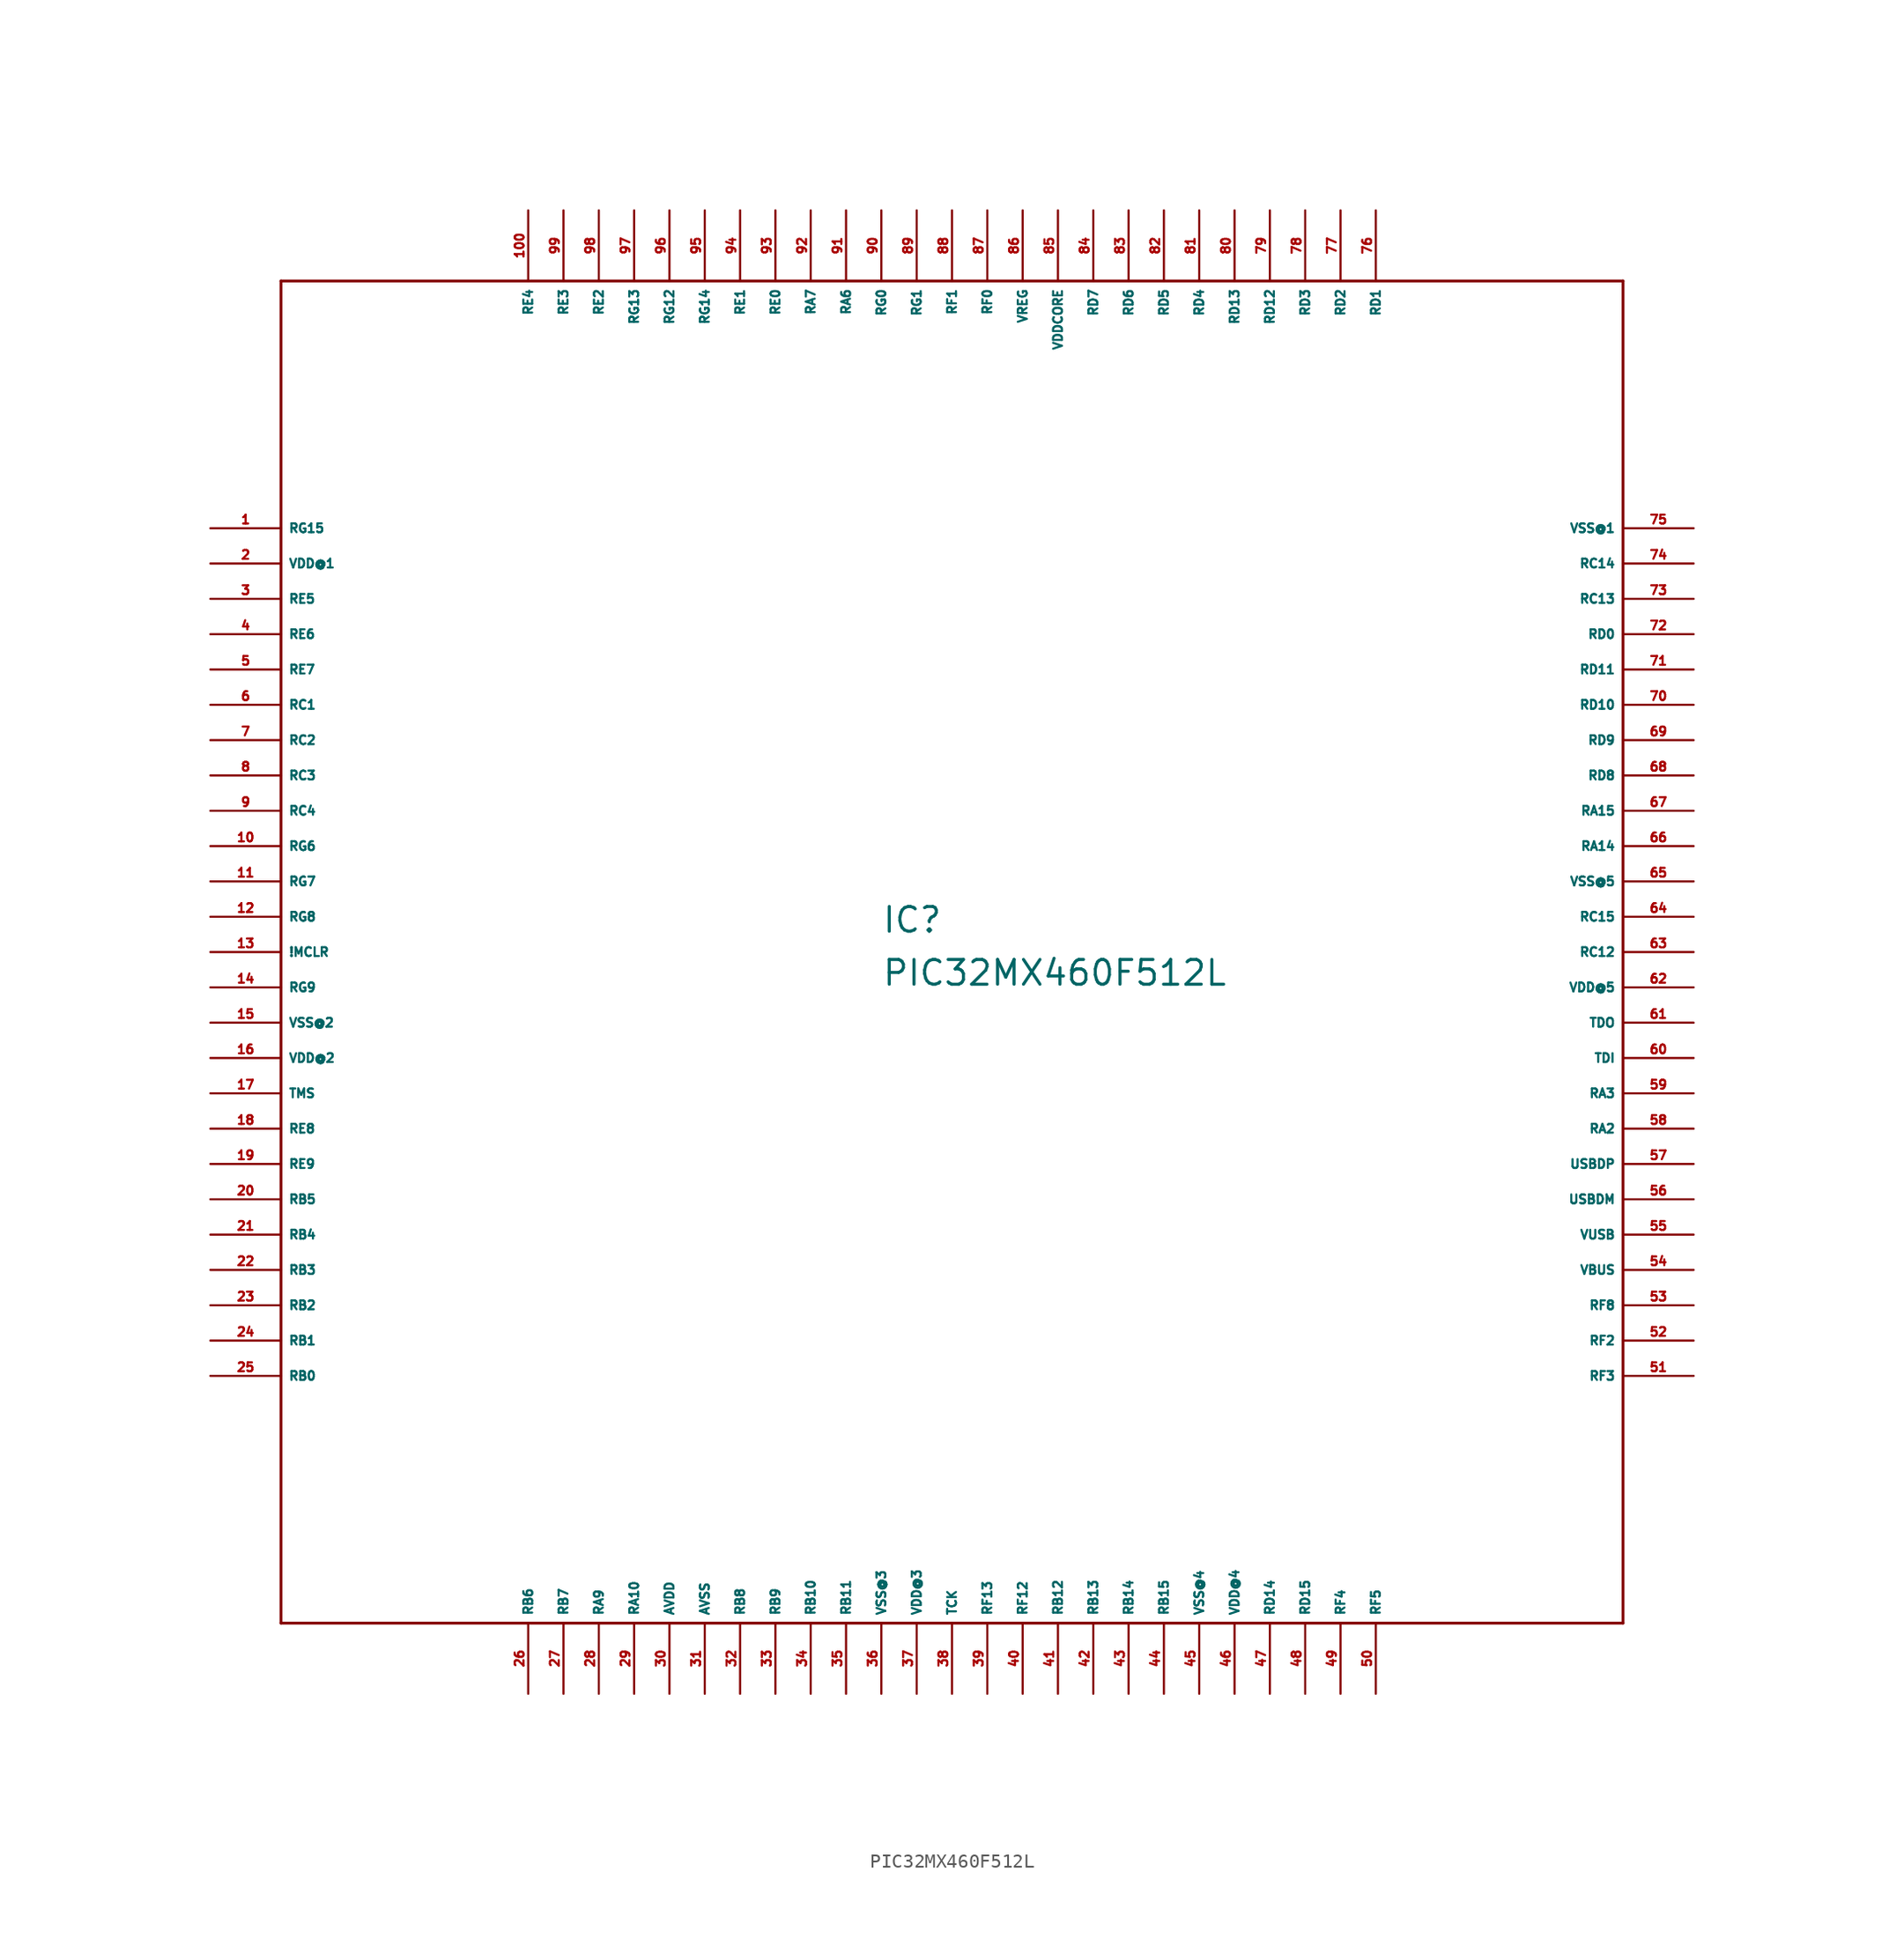
<source format=kicad_sym>
(kicad_symbol_lib
  (version 20220914)
  (generator Eagle2Kicad)
  (symbol "PIC32MX460F512L"
    (property "Reference" "IC"
      (at -5.08 1.27 0)
      (effects (font (size 1.778 1.778) (thickness 0.22)) (justify left bottom)))
    (property "Value" "PIC32MX460F512L"
      (at -5.08 -2.54 0)
      (effects (font (size 1.778 1.778) (thickness 0.22)) (justify left bottom)))
    (polyline
      (pts (xy -48.26 -48.26) (xy 48.26 -48.26))
      (stroke (width 0.203) (type default))
      (fill (type none)))
    (polyline
      (pts (xy 48.26 -48.26) (xy 48.26 48.26))
      (stroke (width 0.203) (type default))
      (fill (type none)))
    (polyline
      (pts (xy 48.26 48.26) (xy -48.26 48.26))
      (stroke (width 0.203) (type default))
      (fill (type none)))
    (polyline
      (pts (xy -48.26 48.26) (xy -48.26 -48.26))
      (stroke (width 0.203) (type default))
      (fill (type none)))
    (pin bidirectional line
      (at -53.34 30.48 0)
      (length 5.08)
      (name "RG15" (effects (font (size 0.635 0.635) (thickness 0.08)) (justify left bottom)))
      (number "1" (effects (font (size 0.635 0.635) (thickness 0.08)) (justify left bottom))))
    (pin unspecified line
      (at -53.34 27.94 0)
      (length 5.08)
      (name "VDD@1" (effects (font (size 0.635 0.635) (thickness 0.08)) (justify left bottom)))
      (number "2" (effects (font (size 0.635 0.635) (thickness 0.08)) (justify left bottom))))
    (pin bidirectional line
      (at -53.34 25.4 0)
      (length 5.08)
      (name "RE5" (effects (font (size 0.635 0.635) (thickness 0.08)) (justify left bottom)))
      (number "3" (effects (font (size 0.635 0.635) (thickness 0.08)) (justify left bottom))))
    (pin bidirectional line
      (at -53.34 22.86 0)
      (length 5.08)
      (name "RE6" (effects (font (size 0.635 0.635) (thickness 0.08)) (justify left bottom)))
      (number "4" (effects (font (size 0.635 0.635) (thickness 0.08)) (justify left bottom))))
    (pin bidirectional line
      (at -53.34 20.32 0)
      (length 5.08)
      (name "RE7" (effects (font (size 0.635 0.635) (thickness 0.08)) (justify left bottom)))
      (number "5" (effects (font (size 0.635 0.635) (thickness 0.08)) (justify left bottom))))
    (pin bidirectional line
      (at -53.34 17.78 0)
      (length 5.08)
      (name "RC1" (effects (font (size 0.635 0.635) (thickness 0.08)) (justify left bottom)))
      (number "6" (effects (font (size 0.635 0.635) (thickness 0.08)) (justify left bottom))))
    (pin bidirectional line
      (at -53.34 15.24 0)
      (length 5.08)
      (name "RC2" (effects (font (size 0.635 0.635) (thickness 0.08)) (justify left bottom)))
      (number "7" (effects (font (size 0.635 0.635) (thickness 0.08)) (justify left bottom))))
    (pin bidirectional line
      (at -53.34 12.7 0)
      (length 5.08)
      (name "RC3" (effects (font (size 0.635 0.635) (thickness 0.08)) (justify left bottom)))
      (number "8" (effects (font (size 0.635 0.635) (thickness 0.08)) (justify left bottom))))
    (pin bidirectional line
      (at -53.34 10.16 0)
      (length 5.08)
      (name "RC4" (effects (font (size 0.635 0.635) (thickness 0.08)) (justify left bottom)))
      (number "9" (effects (font (size 0.635 0.635) (thickness 0.08)) (justify left bottom))))
    (pin bidirectional line
      (at -53.34 7.62 0)
      (length 5.08)
      (name "RG6" (effects (font (size 0.635 0.635) (thickness 0.08)) (justify left bottom)))
      (number "10" (effects (font (size 0.635 0.635) (thickness 0.08)) (justify left bottom))))
    (pin bidirectional line
      (at -53.34 5.08 0)
      (length 5.08)
      (name "RG7" (effects (font (size 0.635 0.635) (thickness 0.08)) (justify left bottom)))
      (number "11" (effects (font (size 0.635 0.635) (thickness 0.08)) (justify left bottom))))
    (pin bidirectional line
      (at -53.34 2.54 0)
      (length 5.08)
      (name "RG8" (effects (font (size 0.635 0.635) (thickness 0.08)) (justify left bottom)))
      (number "12" (effects (font (size 0.635 0.635) (thickness 0.08)) (justify left bottom))))
    (pin input line
      (at -53.34 0 0)
      (length 5.08)
      (name "!MCLR" (effects (font (size 0.635 0.635) (thickness 0.08)) (justify left bottom)))
      (number "13" (effects (font (size 0.635 0.635) (thickness 0.08)) (justify left bottom))))
    (pin bidirectional line
      (at -53.34 -2.54 0)
      (length 5.08)
      (name "RG9" (effects (font (size 0.635 0.635) (thickness 0.08)) (justify left bottom)))
      (number "14" (effects (font (size 0.635 0.635) (thickness 0.08)) (justify left bottom))))
    (pin unspecified line
      (at -53.34 -5.08 0)
      (length 5.08)
      (name "VSS@2" (effects (font (size 0.635 0.635) (thickness 0.08)) (justify left bottom)))
      (number "15" (effects (font (size 0.635 0.635) (thickness 0.08)) (justify left bottom))))
    (pin unspecified line
      (at -53.34 -7.62 0)
      (length 5.08)
      (name "VDD@2" (effects (font (size 0.635 0.635) (thickness 0.08)) (justify left bottom)))
      (number "16" (effects (font (size 0.635 0.635) (thickness 0.08)) (justify left bottom))))
    (pin input line
      (at -53.34 -10.16 0)
      (length 5.08)
      (name "TMS" (effects (font (size 0.635 0.635) (thickness 0.08)) (justify left bottom)))
      (number "17" (effects (font (size 0.635 0.635) (thickness 0.08)) (justify left bottom))))
    (pin bidirectional line
      (at -53.34 -12.7 0)
      (length 5.08)
      (name "RE8" (effects (font (size 0.635 0.635) (thickness 0.08)) (justify left bottom)))
      (number "18" (effects (font (size 0.635 0.635) (thickness 0.08)) (justify left bottom))))
    (pin bidirectional line
      (at -53.34 -15.24 0)
      (length 5.08)
      (name "RE9" (effects (font (size 0.635 0.635) (thickness 0.08)) (justify left bottom)))
      (number "19" (effects (font (size 0.635 0.635) (thickness 0.08)) (justify left bottom))))
    (pin bidirectional line
      (at -53.34 -17.78 0)
      (length 5.08)
      (name "RB5" (effects (font (size 0.635 0.635) (thickness 0.08)) (justify left bottom)))
      (number "20" (effects (font (size 0.635 0.635) (thickness 0.08)) (justify left bottom))))
    (pin bidirectional line
      (at -53.34 -20.32 0)
      (length 5.08)
      (name "RB4" (effects (font (size 0.635 0.635) (thickness 0.08)) (justify left bottom)))
      (number "21" (effects (font (size 0.635 0.635) (thickness 0.08)) (justify left bottom))))
    (pin bidirectional line
      (at -53.34 -22.86 0)
      (length 5.08)
      (name "RB3" (effects (font (size 0.635 0.635) (thickness 0.08)) (justify left bottom)))
      (number "22" (effects (font (size 0.635 0.635) (thickness 0.08)) (justify left bottom))))
    (pin bidirectional line
      (at -53.34 -25.4 0)
      (length 5.08)
      (name "RB2" (effects (font (size 0.635 0.635) (thickness 0.08)) (justify left bottom)))
      (number "23" (effects (font (size 0.635 0.635) (thickness 0.08)) (justify left bottom))))
    (pin bidirectional line
      (at -53.34 -27.94 0)
      (length 5.08)
      (name "RB1" (effects (font (size 0.635 0.635) (thickness 0.08)) (justify left bottom)))
      (number "24" (effects (font (size 0.635 0.635) (thickness 0.08)) (justify left bottom))))
    (pin bidirectional line
      (at -53.34 -30.48 0)
      (length 5.08)
      (name "RB0" (effects (font (size 0.635 0.635) (thickness 0.08)) (justify left bottom)))
      (number "25" (effects (font (size 0.635 0.635) (thickness 0.08)) (justify left bottom))))
    (pin bidirectional line
      (at -30.48 -53.34 90)
      (length 5.08)
      (name "RB6" (effects (font (size 0.635 0.635) (thickness 0.08)) (justify left bottom)))
      (number "26" (effects (font (size 0.635 0.635) (thickness 0.08)) (justify left bottom))))
    (pin bidirectional line
      (at -27.94 -53.34 90)
      (length 5.08)
      (name "RB7" (effects (font (size 0.635 0.635) (thickness 0.08)) (justify left bottom)))
      (number "27" (effects (font (size 0.635 0.635) (thickness 0.08)) (justify left bottom))))
    (pin bidirectional line
      (at -25.4 -53.34 90)
      (length 5.08)
      (name "RA9" (effects (font (size 0.635 0.635) (thickness 0.08)) (justify left bottom)))
      (number "28" (effects (font (size 0.635 0.635) (thickness 0.08)) (justify left bottom))))
    (pin bidirectional line
      (at -22.86 -53.34 90)
      (length 5.08)
      (name "RA10" (effects (font (size 0.635 0.635) (thickness 0.08)) (justify left bottom)))
      (number "29" (effects (font (size 0.635 0.635) (thickness 0.08)) (justify left bottom))))
    (pin unspecified line
      (at -20.32 -53.34 90)
      (length 5.08)
      (name "AVDD" (effects (font (size 0.635 0.635) (thickness 0.08)) (justify left bottom)))
      (number "30" (effects (font (size 0.635 0.635) (thickness 0.08)) (justify left bottom))))
    (pin unspecified line
      (at -17.78 -53.34 90)
      (length 5.08)
      (name "AVSS" (effects (font (size 0.635 0.635) (thickness 0.08)) (justify left bottom)))
      (number "31" (effects (font (size 0.635 0.635) (thickness 0.08)) (justify left bottom))))
    (pin bidirectional line
      (at -15.24 -53.34 90)
      (length 5.08)
      (name "RB8" (effects (font (size 0.635 0.635) (thickness 0.08)) (justify left bottom)))
      (number "32" (effects (font (size 0.635 0.635) (thickness 0.08)) (justify left bottom))))
    (pin bidirectional line
      (at -12.7 -53.34 90)
      (length 5.08)
      (name "RB9" (effects (font (size 0.635 0.635) (thickness 0.08)) (justify left bottom)))
      (number "33" (effects (font (size 0.635 0.635) (thickness 0.08)) (justify left bottom))))
    (pin bidirectional line
      (at -10.16 -53.34 90)
      (length 5.08)
      (name "RB10" (effects (font (size 0.635 0.635) (thickness 0.08)) (justify left bottom)))
      (number "34" (effects (font (size 0.635 0.635) (thickness 0.08)) (justify left bottom))))
    (pin bidirectional line
      (at -7.62 -53.34 90)
      (length 5.08)
      (name "RB11" (effects (font (size 0.635 0.635) (thickness 0.08)) (justify left bottom)))
      (number "35" (effects (font (size 0.635 0.635) (thickness 0.08)) (justify left bottom))))
    (pin unspecified line
      (at -5.08 -53.34 90)
      (length 5.08)
      (name "VSS@3" (effects (font (size 0.635 0.635) (thickness 0.08)) (justify left bottom)))
      (number "36" (effects (font (size 0.635 0.635) (thickness 0.08)) (justify left bottom))))
    (pin unspecified line
      (at -2.54 -53.34 90)
      (length 5.08)
      (name "VDD@3" (effects (font (size 0.635 0.635) (thickness 0.08)) (justify left bottom)))
      (number "37" (effects (font (size 0.635 0.635) (thickness 0.08)) (justify left bottom))))
    (pin input line
      (at 0 -53.34 90)
      (length 5.08)
      (name "TCK" (effects (font (size 0.635 0.635) (thickness 0.08)) (justify left bottom)))
      (number "38" (effects (font (size 0.635 0.635) (thickness 0.08)) (justify left bottom))))
    (pin bidirectional line
      (at 2.54 -53.34 90)
      (length 5.08)
      (name "RF13" (effects (font (size 0.635 0.635) (thickness 0.08)) (justify left bottom)))
      (number "39" (effects (font (size 0.635 0.635) (thickness 0.08)) (justify left bottom))))
    (pin bidirectional line
      (at 5.08 -53.34 90)
      (length 5.08)
      (name "RF12" (effects (font (size 0.635 0.635) (thickness 0.08)) (justify left bottom)))
      (number "40" (effects (font (size 0.635 0.635) (thickness 0.08)) (justify left bottom))))
    (pin bidirectional line
      (at 7.62 -53.34 90)
      (length 5.08)
      (name "RB12" (effects (font (size 0.635 0.635) (thickness 0.08)) (justify left bottom)))
      (number "41" (effects (font (size 0.635 0.635) (thickness 0.08)) (justify left bottom))))
    (pin bidirectional line
      (at 10.16 -53.34 90)
      (length 5.08)
      (name "RB13" (effects (font (size 0.635 0.635) (thickness 0.08)) (justify left bottom)))
      (number "42" (effects (font (size 0.635 0.635) (thickness 0.08)) (justify left bottom))))
    (pin bidirectional line
      (at 12.7 -53.34 90)
      (length 5.08)
      (name "RB14" (effects (font (size 0.635 0.635) (thickness 0.08)) (justify left bottom)))
      (number "43" (effects (font (size 0.635 0.635) (thickness 0.08)) (justify left bottom))))
    (pin bidirectional line
      (at 15.24 -53.34 90)
      (length 5.08)
      (name "RB15" (effects (font (size 0.635 0.635) (thickness 0.08)) (justify left bottom)))
      (number "44" (effects (font (size 0.635 0.635) (thickness 0.08)) (justify left bottom))))
    (pin unspecified line
      (at 17.78 -53.34 90)
      (length 5.08)
      (name "VSS@4" (effects (font (size 0.635 0.635) (thickness 0.08)) (justify left bottom)))
      (number "45" (effects (font (size 0.635 0.635) (thickness 0.08)) (justify left bottom))))
    (pin unspecified line
      (at 20.32 -53.34 90)
      (length 5.08)
      (name "VDD@4" (effects (font (size 0.635 0.635) (thickness 0.08)) (justify left bottom)))
      (number "46" (effects (font (size 0.635 0.635) (thickness 0.08)) (justify left bottom))))
    (pin bidirectional line
      (at 22.86 -53.34 90)
      (length 5.08)
      (name "RD14" (effects (font (size 0.635 0.635) (thickness 0.08)) (justify left bottom)))
      (number "47" (effects (font (size 0.635 0.635) (thickness 0.08)) (justify left bottom))))
    (pin bidirectional line
      (at 25.4 -53.34 90)
      (length 5.08)
      (name "RD15" (effects (font (size 0.635 0.635) (thickness 0.08)) (justify left bottom)))
      (number "48" (effects (font (size 0.635 0.635) (thickness 0.08)) (justify left bottom))))
    (pin bidirectional line
      (at 27.94 -53.34 90)
      (length 5.08)
      (name "RF4" (effects (font (size 0.635 0.635) (thickness 0.08)) (justify left bottom)))
      (number "49" (effects (font (size 0.635 0.635) (thickness 0.08)) (justify left bottom))))
    (pin bidirectional line
      (at 30.48 -53.34 90)
      (length 5.08)
      (name "RF5" (effects (font (size 0.635 0.635) (thickness 0.08)) (justify left bottom)))
      (number "50" (effects (font (size 0.635 0.635) (thickness 0.08)) (justify left bottom))))
    (pin bidirectional line
      (at 53.34 -30.48 180)
      (length 5.08)
      (name "RF3" (effects (font (size 0.635 0.635) (thickness 0.08)) (justify left bottom)))
      (number "51" (effects (font (size 0.635 0.635) (thickness 0.08)) (justify left bottom))))
    (pin bidirectional line
      (at 53.34 -27.94 180)
      (length 5.08)
      (name "RF2" (effects (font (size 0.635 0.635) (thickness 0.08)) (justify left bottom)))
      (number "52" (effects (font (size 0.635 0.635) (thickness 0.08)) (justify left bottom))))
    (pin bidirectional line
      (at 53.34 -25.4 180)
      (length 5.08)
      (name "RF8" (effects (font (size 0.635 0.635) (thickness 0.08)) (justify left bottom)))
      (number "53" (effects (font (size 0.635 0.635) (thickness 0.08)) (justify left bottom))))
    (pin bidirectional line
      (at 53.34 -22.86 180)
      (length 5.08)
      (name "VBUS" (effects (font (size 0.635 0.635) (thickness 0.08)) (justify left bottom)))
      (number "54" (effects (font (size 0.635 0.635) (thickness 0.08)) (justify left bottom))))
    (pin passive line
      (at 53.34 -20.32 180)
      (length 5.08)
      (name "VUSB" (effects (font (size 0.635 0.635) (thickness 0.08)) (justify left bottom)))
      (number "55" (effects (font (size 0.635 0.635) (thickness 0.08)) (justify left bottom))))
    (pin bidirectional line
      (at 53.34 -17.78 180)
      (length 5.08)
      (name "USBDM" (effects (font (size 0.635 0.635) (thickness 0.08)) (justify left bottom)))
      (number "56" (effects (font (size 0.635 0.635) (thickness 0.08)) (justify left bottom))))
    (pin bidirectional line
      (at 53.34 -15.24 180)
      (length 5.08)
      (name "USBDP" (effects (font (size 0.635 0.635) (thickness 0.08)) (justify left bottom)))
      (number "57" (effects (font (size 0.635 0.635) (thickness 0.08)) (justify left bottom))))
    (pin bidirectional line
      (at 53.34 -12.7 180)
      (length 5.08)
      (name "RA2" (effects (font (size 0.635 0.635) (thickness 0.08)) (justify left bottom)))
      (number "58" (effects (font (size 0.635 0.635) (thickness 0.08)) (justify left bottom))))
    (pin bidirectional line
      (at 53.34 -10.16 180)
      (length 5.08)
      (name "RA3" (effects (font (size 0.635 0.635) (thickness 0.08)) (justify left bottom)))
      (number "59" (effects (font (size 0.635 0.635) (thickness 0.08)) (justify left bottom))))
    (pin input line
      (at 53.34 -7.62 180)
      (length 5.08)
      (name "TDI" (effects (font (size 0.635 0.635) (thickness 0.08)) (justify left bottom)))
      (number "60" (effects (font (size 0.635 0.635) (thickness 0.08)) (justify left bottom))))
    (pin output line
      (at 53.34 -5.08 180)
      (length 5.08)
      (name "TDO" (effects (font (size 0.635 0.635) (thickness 0.08)) (justify left bottom)))
      (number "61" (effects (font (size 0.635 0.635) (thickness 0.08)) (justify left bottom))))
    (pin unspecified line
      (at 53.34 -2.54 180)
      (length 5.08)
      (name "VDD@5" (effects (font (size 0.635 0.635) (thickness 0.08)) (justify left bottom)))
      (number "62" (effects (font (size 0.635 0.635) (thickness 0.08)) (justify left bottom))))
    (pin bidirectional line
      (at 53.34 0 180)
      (length 5.08)
      (name "RC12" (effects (font (size 0.635 0.635) (thickness 0.08)) (justify left bottom)))
      (number "63" (effects (font (size 0.635 0.635) (thickness 0.08)) (justify left bottom))))
    (pin bidirectional line
      (at 53.34 2.54 180)
      (length 5.08)
      (name "RC15" (effects (font (size 0.635 0.635) (thickness 0.08)) (justify left bottom)))
      (number "64" (effects (font (size 0.635 0.635) (thickness 0.08)) (justify left bottom))))
    (pin unspecified line
      (at 53.34 5.08 180)
      (length 5.08)
      (name "VSS@5" (effects (font (size 0.635 0.635) (thickness 0.08)) (justify left bottom)))
      (number "65" (effects (font (size 0.635 0.635) (thickness 0.08)) (justify left bottom))))
    (pin bidirectional line
      (at 53.34 7.62 180)
      (length 5.08)
      (name "RA14" (effects (font (size 0.635 0.635) (thickness 0.08)) (justify left bottom)))
      (number "66" (effects (font (size 0.635 0.635) (thickness 0.08)) (justify left bottom))))
    (pin bidirectional line
      (at 53.34 10.16 180)
      (length 5.08)
      (name "RA15" (effects (font (size 0.635 0.635) (thickness 0.08)) (justify left bottom)))
      (number "67" (effects (font (size 0.635 0.635) (thickness 0.08)) (justify left bottom))))
    (pin bidirectional line
      (at 53.34 12.7 180)
      (length 5.08)
      (name "RD8" (effects (font (size 0.635 0.635) (thickness 0.08)) (justify left bottom)))
      (number "68" (effects (font (size 0.635 0.635) (thickness 0.08)) (justify left bottom))))
    (pin bidirectional line
      (at 53.34 15.24 180)
      (length 5.08)
      (name "RD9" (effects (font (size 0.635 0.635) (thickness 0.08)) (justify left bottom)))
      (number "69" (effects (font (size 0.635 0.635) (thickness 0.08)) (justify left bottom))))
    (pin bidirectional line
      (at 53.34 17.78 180)
      (length 5.08)
      (name "RD10" (effects (font (size 0.635 0.635) (thickness 0.08)) (justify left bottom)))
      (number "70" (effects (font (size 0.635 0.635) (thickness 0.08)) (justify left bottom))))
    (pin bidirectional line
      (at 53.34 20.32 180)
      (length 5.08)
      (name "RD11" (effects (font (size 0.635 0.635) (thickness 0.08)) (justify left bottom)))
      (number "71" (effects (font (size 0.635 0.635) (thickness 0.08)) (justify left bottom))))
    (pin bidirectional line
      (at 53.34 22.86 180)
      (length 5.08)
      (name "RD0" (effects (font (size 0.635 0.635) (thickness 0.08)) (justify left bottom)))
      (number "72" (effects (font (size 0.635 0.635) (thickness 0.08)) (justify left bottom))))
    (pin bidirectional line
      (at 53.34 25.4 180)
      (length 5.08)
      (name "RC13" (effects (font (size 0.635 0.635) (thickness 0.08)) (justify left bottom)))
      (number "73" (effects (font (size 0.635 0.635) (thickness 0.08)) (justify left bottom))))
    (pin bidirectional line
      (at 53.34 27.94 180)
      (length 5.08)
      (name "RC14" (effects (font (size 0.635 0.635) (thickness 0.08)) (justify left bottom)))
      (number "74" (effects (font (size 0.635 0.635) (thickness 0.08)) (justify left bottom))))
    (pin unspecified line
      (at 53.34 30.48 180)
      (length 5.08)
      (name "VSS@1" (effects (font (size 0.635 0.635) (thickness 0.08)) (justify left bottom)))
      (number "75" (effects (font (size 0.635 0.635) (thickness 0.08)) (justify left bottom))))
    (pin bidirectional line
      (at 30.48 53.34 270)
      (length 5.08)
      (name "RD1" (effects (font (size 0.635 0.635) (thickness 0.08)) (justify left bottom)))
      (number "76" (effects (font (size 0.635 0.635) (thickness 0.08)) (justify left bottom))))
    (pin bidirectional line
      (at 27.94 53.34 270)
      (length 5.08)
      (name "RD2" (effects (font (size 0.635 0.635) (thickness 0.08)) (justify left bottom)))
      (number "77" (effects (font (size 0.635 0.635) (thickness 0.08)) (justify left bottom))))
    (pin bidirectional line
      (at 25.4 53.34 270)
      (length 5.08)
      (name "RD3" (effects (font (size 0.635 0.635) (thickness 0.08)) (justify left bottom)))
      (number "78" (effects (font (size 0.635 0.635) (thickness 0.08)) (justify left bottom))))
    (pin bidirectional line
      (at 22.86 53.34 270)
      (length 5.08)
      (name "RD12" (effects (font (size 0.635 0.635) (thickness 0.08)) (justify left bottom)))
      (number "79" (effects (font (size 0.635 0.635) (thickness 0.08)) (justify left bottom))))
    (pin bidirectional line
      (at 20.32 53.34 270)
      (length 5.08)
      (name "RD13" (effects (font (size 0.635 0.635) (thickness 0.08)) (justify left bottom)))
      (number "80" (effects (font (size 0.635 0.635) (thickness 0.08)) (justify left bottom))))
    (pin bidirectional line
      (at 17.78 53.34 270)
      (length 5.08)
      (name "RD4" (effects (font (size 0.635 0.635) (thickness 0.08)) (justify left bottom)))
      (number "81" (effects (font (size 0.635 0.635) (thickness 0.08)) (justify left bottom))))
    (pin bidirectional line
      (at 15.24 53.34 270)
      (length 5.08)
      (name "RD5" (effects (font (size 0.635 0.635) (thickness 0.08)) (justify left bottom)))
      (number "82" (effects (font (size 0.635 0.635) (thickness 0.08)) (justify left bottom))))
    (pin bidirectional line
      (at 12.7 53.34 270)
      (length 5.08)
      (name "RD6" (effects (font (size 0.635 0.635) (thickness 0.08)) (justify left bottom)))
      (number "83" (effects (font (size 0.635 0.635) (thickness 0.08)) (justify left bottom))))
    (pin bidirectional line
      (at 10.16 53.34 270)
      (length 5.08)
      (name "RD7" (effects (font (size 0.635 0.635) (thickness 0.08)) (justify left bottom)))
      (number "84" (effects (font (size 0.635 0.635) (thickness 0.08)) (justify left bottom))))
    (pin unspecified line
      (at 7.62 53.34 270)
      (length 5.08)
      (name "VDDCORE" (effects (font (size 0.635 0.635) (thickness 0.08)) (justify left bottom)))
      (number "85" (effects (font (size 0.635 0.635) (thickness 0.08)) (justify left bottom))))
    (pin passive line
      (at 5.08 53.34 270)
      (length 5.08)
      (name "VREG" (effects (font (size 0.635 0.635) (thickness 0.08)) (justify left bottom)))
      (number "86" (effects (font (size 0.635 0.635) (thickness 0.08)) (justify left bottom))))
    (pin bidirectional line
      (at 2.54 53.34 270)
      (length 5.08)
      (name "RF0" (effects (font (size 0.635 0.635) (thickness 0.08)) (justify left bottom)))
      (number "87" (effects (font (size 0.635 0.635) (thickness 0.08)) (justify left bottom))))
    (pin bidirectional line
      (at 0 53.34 270)
      (length 5.08)
      (name "RF1" (effects (font (size 0.635 0.635) (thickness 0.08)) (justify left bottom)))
      (number "88" (effects (font (size 0.635 0.635) (thickness 0.08)) (justify left bottom))))
    (pin bidirectional line
      (at -2.54 53.34 270)
      (length 5.08)
      (name "RG1" (effects (font (size 0.635 0.635) (thickness 0.08)) (justify left bottom)))
      (number "89" (effects (font (size 0.635 0.635) (thickness 0.08)) (justify left bottom))))
    (pin bidirectional line
      (at -5.08 53.34 270)
      (length 5.08)
      (name "RG0" (effects (font (size 0.635 0.635) (thickness 0.08)) (justify left bottom)))
      (number "90" (effects (font (size 0.635 0.635) (thickness 0.08)) (justify left bottom))))
    (pin bidirectional line
      (at -7.62 53.34 270)
      (length 5.08)
      (name "RA6" (effects (font (size 0.635 0.635) (thickness 0.08)) (justify left bottom)))
      (number "91" (effects (font (size 0.635 0.635) (thickness 0.08)) (justify left bottom))))
    (pin bidirectional line
      (at -10.16 53.34 270)
      (length 5.08)
      (name "RA7" (effects (font (size 0.635 0.635) (thickness 0.08)) (justify left bottom)))
      (number "92" (effects (font (size 0.635 0.635) (thickness 0.08)) (justify left bottom))))
    (pin bidirectional line
      (at -12.7 53.34 270)
      (length 5.08)
      (name "RE0" (effects (font (size 0.635 0.635) (thickness 0.08)) (justify left bottom)))
      (number "93" (effects (font (size 0.635 0.635) (thickness 0.08)) (justify left bottom))))
    (pin bidirectional line
      (at -15.24 53.34 270)
      (length 5.08)
      (name "RE1" (effects (font (size 0.635 0.635) (thickness 0.08)) (justify left bottom)))
      (number "94" (effects (font (size 0.635 0.635) (thickness 0.08)) (justify left bottom))))
    (pin bidirectional line
      (at -17.78 53.34 270)
      (length 5.08)
      (name "RG14" (effects (font (size 0.635 0.635) (thickness 0.08)) (justify left bottom)))
      (number "95" (effects (font (size 0.635 0.635) (thickness 0.08)) (justify left bottom))))
    (pin bidirectional line
      (at -20.32 53.34 270)
      (length 5.08)
      (name "RG12" (effects (font (size 0.635 0.635) (thickness 0.08)) (justify left bottom)))
      (number "96" (effects (font (size 0.635 0.635) (thickness 0.08)) (justify left bottom))))
    (pin bidirectional line
      (at -22.86 53.34 270)
      (length 5.08)
      (name "RG13" (effects (font (size 0.635 0.635) (thickness 0.08)) (justify left bottom)))
      (number "97" (effects (font (size 0.635 0.635) (thickness 0.08)) (justify left bottom))))
    (pin bidirectional line
      (at -25.4 53.34 270)
      (length 5.08)
      (name "RE2" (effects (font (size 0.635 0.635) (thickness 0.08)) (justify left bottom)))
      (number "98" (effects (font (size 0.635 0.635) (thickness 0.08)) (justify left bottom))))
    (pin bidirectional line
      (at -27.94 53.34 270)
      (length 5.08)
      (name "RE3" (effects (font (size 0.635 0.635) (thickness 0.08)) (justify left bottom)))
      (number "99" (effects (font (size 0.635 0.635) (thickness 0.08)) (justify left bottom))))
    (pin bidirectional line
      (at -30.48 53.34 270)
      (length 5.08)
      (name "RE4" (effects (font (size 0.635 0.635) (thickness 0.08)) (justify left bottom)))
      (number "100" (effects (font (size 0.635 0.635) (thickness 0.08)) (justify left bottom))))))
</source>
